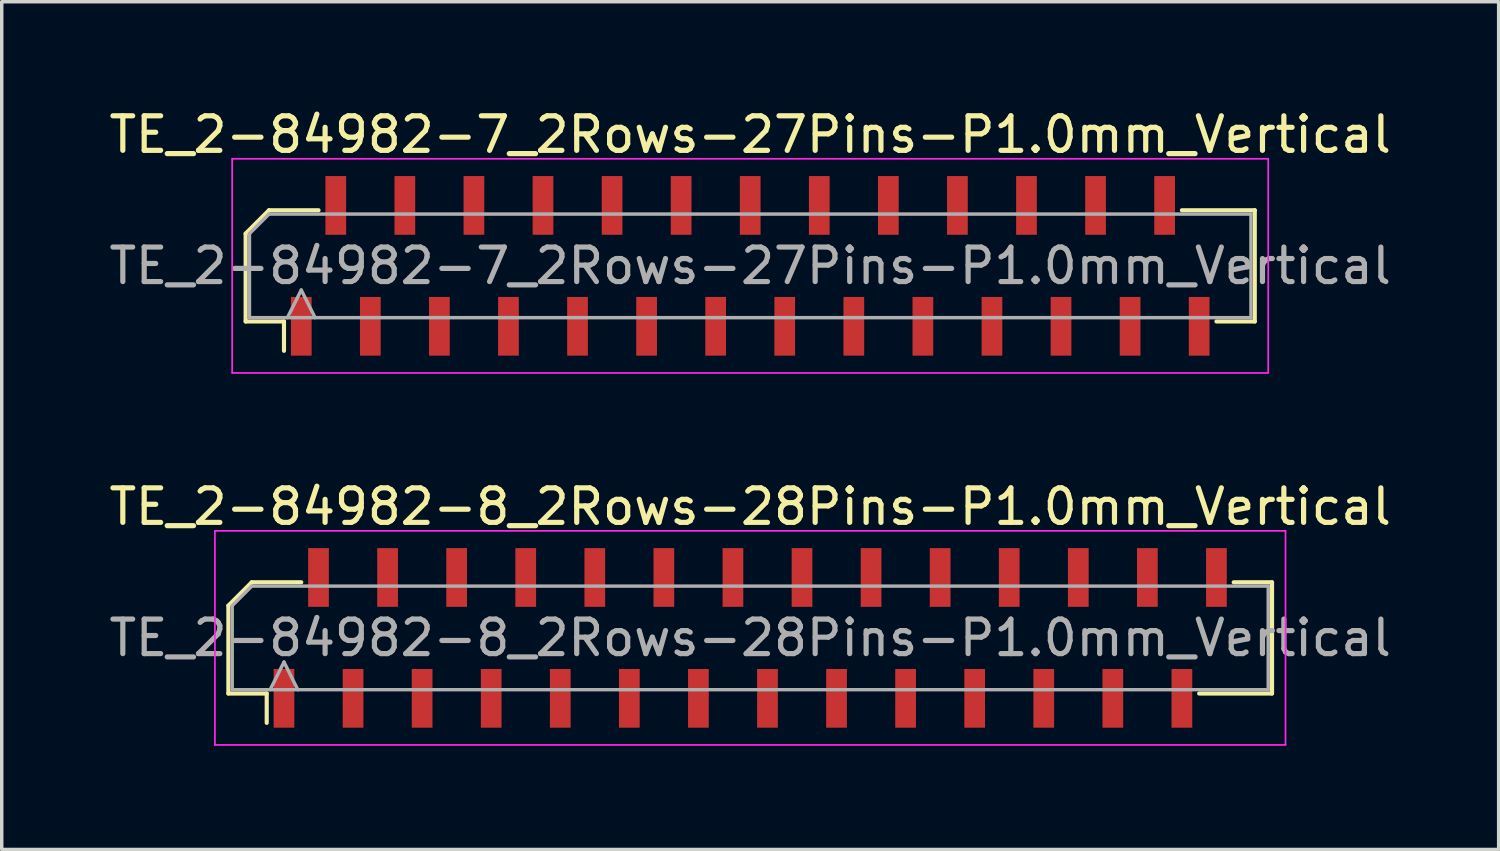
<source format=kicad_pcb>
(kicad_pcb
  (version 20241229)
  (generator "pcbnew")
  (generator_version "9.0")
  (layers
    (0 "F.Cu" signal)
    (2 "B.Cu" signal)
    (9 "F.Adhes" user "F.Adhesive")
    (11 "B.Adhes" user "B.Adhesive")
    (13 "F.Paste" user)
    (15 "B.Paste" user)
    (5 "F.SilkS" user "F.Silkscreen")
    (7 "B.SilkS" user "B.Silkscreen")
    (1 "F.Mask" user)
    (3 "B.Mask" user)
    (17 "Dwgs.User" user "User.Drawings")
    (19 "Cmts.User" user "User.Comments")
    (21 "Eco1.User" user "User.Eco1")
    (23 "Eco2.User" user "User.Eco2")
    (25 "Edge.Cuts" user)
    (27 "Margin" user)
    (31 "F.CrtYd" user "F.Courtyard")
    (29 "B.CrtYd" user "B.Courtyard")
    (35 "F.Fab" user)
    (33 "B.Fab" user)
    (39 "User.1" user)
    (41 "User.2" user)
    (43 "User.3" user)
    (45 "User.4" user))
  (footprint "TE_2-84982-8_2Rows-28Pins-P1.0mm_Vertical"
    (layer "F.Cu")
    (at 18.673 15.421)
    (property "Reference" "TE_2-84982-8_2Rows-28Pins-P1.0mm_Vertical" (at 0 -3.8 0) (layer "F.SilkS") (effects (font (size 1 1) (thickness 0.15))))
    (attr smd)
    (fp_line (start -15.11 -0.934) (end -15.11 1.61) (stroke (width 0.12) (type solid)) (layer "F.SilkS"))
    (fp_line (start -15.11 1.61) (end -14 1.61) (stroke (width 0.12) (type solid)) (layer "F.SilkS"))
    (fp_line (start -14.434 -1.61) (end -15.11 -0.934) (stroke (width 0.12) (type solid)) (layer "F.SilkS"))
    (fp_line (start -14 1.61) (end -14 2.46) (stroke (width 0.12) (type solid)) (layer "F.SilkS"))
    (fp_line (start -13 -1.61) (end -14.434 -1.61) (stroke (width 0.12) (type solid)) (layer "F.SilkS"))
    (fp_line (start 13 1.61) (end 15.11 1.61) (stroke (width 0.12) (type solid)) (layer "F.SilkS"))
    (fp_line (start 15.11 -1.61) (end 14 -1.61) (stroke (width 0.12) (type solid)) (layer "F.SilkS"))
    (fp_line (start 15.11 1.61) (end 15.11 -1.61) (stroke (width 0.12) (type solid)) (layer "F.SilkS"))
    (fp_line (start -15.5 -3.1) (end 15.5 -3.1) (stroke (width 0.05) (type solid)) (layer "F.CrtYd"))
    (fp_line (start -15.5 3.1) (end -15.5 -3.1) (stroke (width 0.05) (type solid)) (layer "F.CrtYd"))
    (fp_line (start 15.5 -3.1) (end 15.5 3.1) (stroke (width 0.05) (type solid)) (layer "F.CrtYd"))
    (fp_line (start 15.5 3.1) (end -15.5 3.1) (stroke (width 0.05) (type solid)) (layer "F.CrtYd"))
    (fp_line (start -15 -0.934) (end -15 1.5) (stroke (width 0.1) (type solid)) (layer "F.Fab"))
    (fp_line (start -15 1.5) (end 15 1.5) (stroke (width 0.1) (type solid)) (layer "F.Fab"))
    (fp_line (start -14.434 -1.5) (end -15 -0.934) (stroke (width 0.1) (type solid)) (layer "F.Fab"))
    (fp_line (start -13.9 1.5) (end -13.5 0.7) (stroke (width 0.1) (type solid)) (layer "F.Fab"))
    (fp_line (start -13.5 0.7) (end -13.1 1.5) (stroke (width 0.1) (type solid)) (layer "F.Fab"))
    (fp_line (start 15 -1.5) (end -14.434 -1.5) (stroke (width 0.1) (type solid)) (layer "F.Fab"))
    (fp_line (start 15 1.5) (end 15 -1.5) (stroke (width 0.1) (type solid)) (layer "F.Fab"))
    (fp_text user "${REFERENCE}" (at 0 0 0) (layer "F.Fab") (effects (font (size 1 1) (thickness 0.15))))
    (pad "1" smd rect (at -13.5 1.75) (size 0.6 1.7) (layers "F.Cu" "F.Mask" "F.Paste"))
    (pad "2" smd rect (at -12.5 -1.75) (size 0.6 1.7) (layers "F.Cu" "F.Mask" "F.Paste"))
    (pad "3" smd rect (at -11.5 1.75) (size 0.6 1.7) (layers "F.Cu" "F.Mask" "F.Paste"))
    (pad "4" smd rect (at -10.5 -1.75) (size 0.6 1.7) (layers "F.Cu" "F.Mask" "F.Paste"))
    (pad "5" smd rect (at -9.5 1.75) (size 0.6 1.7) (layers "F.Cu" "F.Mask" "F.Paste"))
    (pad "6" smd rect (at -8.5 -1.75) (size 0.6 1.7) (layers "F.Cu" "F.Mask" "F.Paste"))
    (pad "7" smd rect (at -7.5 1.75) (size 0.6 1.7) (layers "F.Cu" "F.Mask" "F.Paste"))
    (pad "8" smd rect (at -6.5 -1.75) (size 0.6 1.7) (layers "F.Cu" "F.Mask" "F.Paste"))
    (pad "9" smd rect (at -5.5 1.75) (size 0.6 1.7) (layers "F.Cu" "F.Mask" "F.Paste"))
    (pad "10" smd rect (at -4.5 -1.75) (size 0.6 1.7) (layers "F.Cu" "F.Mask" "F.Paste"))
    (pad "11" smd rect (at -3.5 1.75) (size 0.6 1.7) (layers "F.Cu" "F.Mask" "F.Paste"))
    (pad "12" smd rect (at -2.5 -1.75) (size 0.6 1.7) (layers "F.Cu" "F.Mask" "F.Paste"))
    (pad "13" smd rect (at -1.5 1.75) (size 0.6 1.7) (layers "F.Cu" "F.Mask" "F.Paste"))
    (pad "14" smd rect (at -0.5 -1.75) (size 0.6 1.7) (layers "F.Cu" "F.Mask" "F.Paste"))
    (pad "15" smd rect (at 0.5 1.75) (size 0.6 1.7) (layers "F.Cu" "F.Mask" "F.Paste"))
    (pad "16" smd rect (at 1.5 -1.75) (size 0.6 1.7) (layers "F.Cu" "F.Mask" "F.Paste"))
    (pad "17" smd rect (at 2.5 1.75) (size 0.6 1.7) (layers "F.Cu" "F.Mask" "F.Paste"))
    (pad "18" smd rect (at 3.5 -1.75) (size 0.6 1.7) (layers "F.Cu" "F.Mask" "F.Paste"))
    (pad "19" smd rect (at 4.5 1.75) (size 0.6 1.7) (layers "F.Cu" "F.Mask" "F.Paste"))
    (pad "20" smd rect (at 5.5 -1.75) (size 0.6 1.7) (layers "F.Cu" "F.Mask" "F.Paste"))
    (pad "21" smd rect (at 6.5 1.75) (size 0.6 1.7) (layers "F.Cu" "F.Mask" "F.Paste"))
    (pad "22" smd rect (at 7.5 -1.75) (size 0.6 1.7) (layers "F.Cu" "F.Mask" "F.Paste"))
    (pad "23" smd rect (at 8.5 1.75) (size 0.6 1.7) (layers "F.Cu" "F.Mask" "F.Paste"))
    (pad "24" smd rect (at 9.5 -1.75) (size 0.6 1.7) (layers "F.Cu" "F.Mask" "F.Paste"))
    (pad "25" smd rect (at 10.5 1.75) (size 0.6 1.7) (layers "F.Cu" "F.Mask" "F.Paste"))
    (pad "26" smd rect (at 11.5 -1.75) (size 0.6 1.7) (layers "F.Cu" "F.Mask" "F.Paste"))
    (pad "27" smd rect (at 12.5 1.75) (size 0.6 1.7) (layers "F.Cu" "F.Mask" "F.Paste"))
    (pad "28" smd rect (at 13.5 -1.75) (size 0.6 1.7) (layers "F.Cu" "F.Mask" "F.Paste")))
  (footprint "TE_2-84982-7_2Rows-27Pins-P1.0mm_Vertical"
    (layer "F.Cu")
    (at 18.673 4.648)
    (property "Reference" "TE_2-84982-7_2Rows-27Pins-P1.0mm_Vertical" (at 0 -3.8 0) (layer "F.SilkS") (effects (font (size 1 1) (thickness 0.15))))
    (attr smd)
    (fp_line (start -14.61 -0.934) (end -14.61 1.61) (stroke (width 0.12) (type solid)) (layer "F.SilkS"))
    (fp_line (start -14.61 1.61) (end -13.5 1.61) (stroke (width 0.12) (type solid)) (layer "F.SilkS"))
    (fp_line (start -13.934 -1.61) (end -14.61 -0.934) (stroke (width 0.12) (type solid)) (layer "F.SilkS"))
    (fp_line (start -13.5 1.61) (end -13.5 2.46) (stroke (width 0.12) (type solid)) (layer "F.SilkS"))
    (fp_line (start -12.5 -1.61) (end -13.934 -1.61) (stroke (width 0.12) (type solid)) (layer "F.SilkS"))
    (fp_line (start 13.5 1.61) (end 14.61 1.61) (stroke (width 0.12) (type solid)) (layer "F.SilkS"))
    (fp_line (start 14.61 -1.61) (end 12.5 -1.61) (stroke (width 0.12) (type solid)) (layer "F.SilkS"))
    (fp_line (start 14.61 1.61) (end 14.61 -1.61) (stroke (width 0.12) (type solid)) (layer "F.SilkS"))
    (fp_line (start -15 -3.1) (end 15 -3.1) (stroke (width 0.05) (type solid)) (layer "F.CrtYd"))
    (fp_line (start -15 3.1) (end -15 -3.1) (stroke (width 0.05) (type solid)) (layer "F.CrtYd"))
    (fp_line (start 15 -3.1) (end 15 3.1) (stroke (width 0.05) (type solid)) (layer "F.CrtYd"))
    (fp_line (start 15 3.1) (end -15 3.1) (stroke (width 0.05) (type solid)) (layer "F.CrtYd"))
    (fp_line (start -14.5 -0.934) (end -14.5 1.5) (stroke (width 0.1) (type solid)) (layer "F.Fab"))
    (fp_line (start -14.5 1.5) (end 14.5 1.5) (stroke (width 0.1) (type solid)) (layer "F.Fab"))
    (fp_line (start -13.934 -1.5) (end -14.5 -0.934) (stroke (width 0.1) (type solid)) (layer "F.Fab"))
    (fp_line (start -13.4 1.5) (end -13 0.7) (stroke (width 0.1) (type solid)) (layer "F.Fab"))
    (fp_line (start -13 0.7) (end -12.6 1.5) (stroke (width 0.1) (type solid)) (layer "F.Fab"))
    (fp_line (start 14.5 -1.5) (end -13.934 -1.5) (stroke (width 0.1) (type solid)) (layer "F.Fab"))
    (fp_line (start 14.5 1.5) (end 14.5 -1.5) (stroke (width 0.1) (type solid)) (layer "F.Fab"))
    (fp_text user "${REFERENCE}" (at 0 0 0) (layer "F.Fab") (effects (font (size 1 1) (thickness 0.15))))
    (pad "1" smd rect (at -13 1.75) (size 0.6 1.7) (layers "F.Cu" "F.Mask" "F.Paste"))
    (pad "2" smd rect (at -12 -1.75) (size 0.6 1.7) (layers "F.Cu" "F.Mask" "F.Paste"))
    (pad "3" smd rect (at -11 1.75) (size 0.6 1.7) (layers "F.Cu" "F.Mask" "F.Paste"))
    (pad "4" smd rect (at -10 -1.75) (size 0.6 1.7) (layers "F.Cu" "F.Mask" "F.Paste"))
    (pad "5" smd rect (at -9 1.75) (size 0.6 1.7) (layers "F.Cu" "F.Mask" "F.Paste"))
    (pad "6" smd rect (at -8 -1.75) (size 0.6 1.7) (layers "F.Cu" "F.Mask" "F.Paste"))
    (pad "7" smd rect (at -7 1.75) (size 0.6 1.7) (layers "F.Cu" "F.Mask" "F.Paste"))
    (pad "8" smd rect (at -6 -1.75) (size 0.6 1.7) (layers "F.Cu" "F.Mask" "F.Paste"))
    (pad "9" smd rect (at -5 1.75) (size 0.6 1.7) (layers "F.Cu" "F.Mask" "F.Paste"))
    (pad "10" smd rect (at -4 -1.75) (size 0.6 1.7) (layers "F.Cu" "F.Mask" "F.Paste"))
    (pad "11" smd rect (at -3 1.75) (size 0.6 1.7) (layers "F.Cu" "F.Mask" "F.Paste"))
    (pad "12" smd rect (at -2 -1.75) (size 0.6 1.7) (layers "F.Cu" "F.Mask" "F.Paste"))
    (pad "13" smd rect (at -1 1.75) (size 0.6 1.7) (layers "F.Cu" "F.Mask" "F.Paste"))
    (pad "14" smd rect (at 0 -1.75) (size 0.6 1.7) (layers "F.Cu" "F.Mask" "F.Paste"))
    (pad "15" smd rect (at 1 1.75) (size 0.6 1.7) (layers "F.Cu" "F.Mask" "F.Paste"))
    (pad "16" smd rect (at 2 -1.75) (size 0.6 1.7) (layers "F.Cu" "F.Mask" "F.Paste"))
    (pad "17" smd rect (at 3 1.75) (size 0.6 1.7) (layers "F.Cu" "F.Mask" "F.Paste"))
    (pad "18" smd rect (at 4 -1.75) (size 0.6 1.7) (layers "F.Cu" "F.Mask" "F.Paste"))
    (pad "19" smd rect (at 5 1.75) (size 0.6 1.7) (layers "F.Cu" "F.Mask" "F.Paste"))
    (pad "20" smd rect (at 6 -1.75) (size 0.6 1.7) (layers "F.Cu" "F.Mask" "F.Paste"))
    (pad "21" smd rect (at 7 1.75) (size 0.6 1.7) (layers "F.Cu" "F.Mask" "F.Paste"))
    (pad "22" smd rect (at 8 -1.75) (size 0.6 1.7) (layers "F.Cu" "F.Mask" "F.Paste"))
    (pad "23" smd rect (at 9 1.75) (size 0.6 1.7) (layers "F.Cu" "F.Mask" "F.Paste"))
    (pad "24" smd rect (at 10 -1.75) (size 0.6 1.7) (layers "F.Cu" "F.Mask" "F.Paste"))
    (pad "25" smd rect (at 11 1.75) (size 0.6 1.7) (layers "F.Cu" "F.Mask" "F.Paste"))
    (pad "26" smd rect (at 12 -1.75) (size 0.6 1.7) (layers "F.Cu" "F.Mask" "F.Paste"))
    (pad "27" smd rect (at 13 1.75) (size 0.6 1.7) (layers "F.Cu" "F.Mask" "F.Paste")))
  (gr_rect
    (start -3 -3)
    (end 40.345 21.547)
    (stroke (width 0.1) (type default))
    (fill no)
    (layer "Edge.Cuts")))
</source>
